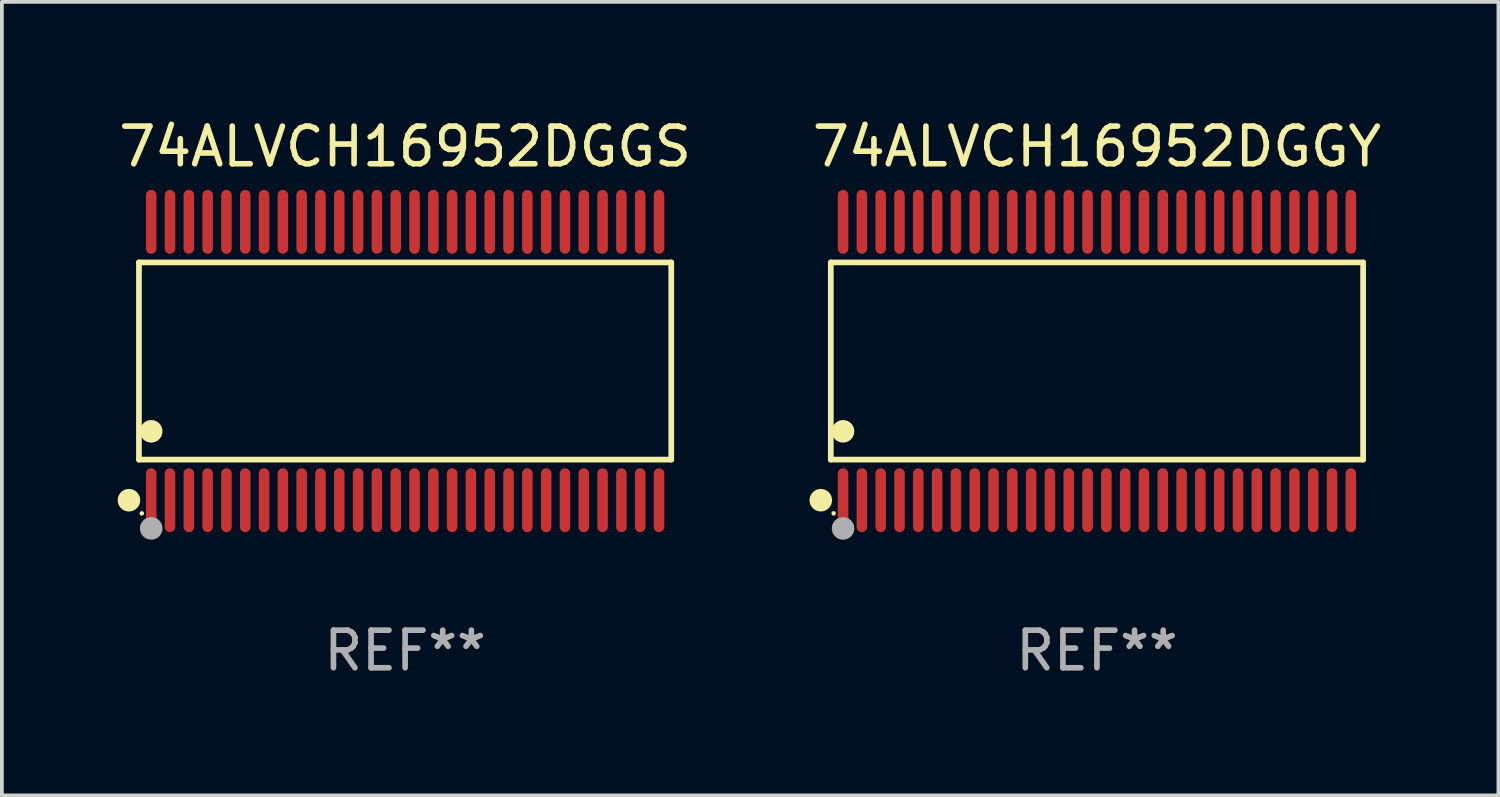
<source format=kicad_pcb>
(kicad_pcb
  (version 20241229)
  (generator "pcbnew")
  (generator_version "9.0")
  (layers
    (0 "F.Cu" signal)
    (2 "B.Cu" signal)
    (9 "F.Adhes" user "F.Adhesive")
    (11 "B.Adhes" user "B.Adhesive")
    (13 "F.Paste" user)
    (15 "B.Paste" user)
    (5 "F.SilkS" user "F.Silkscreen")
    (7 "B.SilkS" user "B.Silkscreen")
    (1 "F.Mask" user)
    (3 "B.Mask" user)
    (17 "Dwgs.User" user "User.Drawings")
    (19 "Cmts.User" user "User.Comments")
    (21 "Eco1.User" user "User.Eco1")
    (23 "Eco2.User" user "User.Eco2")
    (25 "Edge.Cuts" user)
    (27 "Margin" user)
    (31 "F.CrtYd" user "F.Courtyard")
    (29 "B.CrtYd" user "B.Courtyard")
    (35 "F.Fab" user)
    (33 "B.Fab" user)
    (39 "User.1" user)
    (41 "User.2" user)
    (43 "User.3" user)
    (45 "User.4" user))
  (footprint "74ALVCH16952DGGS"
    (layer "F.Cu")
    (at 7.72 6.548)
    (property "Reference" "74ALVCH16952DGGS" (at 0 -5.7 0) (layer "F.SilkS") (effects (font (size 1 1) (thickness 0.15))))
    (attr through_hole)
    (fp_line (start -7.076 -2.621) (end 7.076 -2.621) (stroke (width 0.152) (type solid)) (layer "F.SilkS"))
    (fp_line (start -7.076 2.621) (end -7.076 -2.621) (stroke (width 0.152) (type solid)) (layer "F.SilkS"))
    (fp_line (start 7.076 -2.621) (end 7.076 2.621) (stroke (width 0.152) (type solid)) (layer "F.SilkS"))
    (fp_line (start 7.076 2.621) (end -7.076 2.621) (stroke (width 0.152) (type solid)) (layer "F.SilkS"))
    (fp_circle (center -7.342 3.7) (end -7.192 3.7) (stroke (width 0.3) (type solid)) (fill no) (layer "F.SilkS"))
    (fp_circle (center -7 4.05) (end -6.97 4.05) (stroke (width 0.06) (type solid)) (fill no) (layer "F.SilkS"))
    (fp_circle (center -6.75 1.869) (end -6.6 1.869) (stroke (width 0.3) (type solid)) (fill no) (layer "F.SilkS"))
    (fp_circle (center -6.75 4.45) (end -6.6 4.45) (stroke (width 0.3) (type solid)) (fill no) (layer "F.Fab"))
    (fp_text user "REF**" (at 0 7.7 0) (layer "F.Fab") (effects (font (size 1 1) (thickness 0.15))))
    (pad "1" smd oval (at -6.75 3.7) (size 0.28 1.7) (layers "F.Cu" "F.Mask" "F.Paste"))
    (pad "2" smd oval (at -6.25 3.7) (size 0.28 1.7) (layers "F.Cu" "F.Mask" "F.Paste"))
    (pad "3" smd oval (at -5.75 3.7) (size 0.28 1.7) (layers "F.Cu" "F.Mask" "F.Paste"))
    (pad "4" smd oval (at -5.25 3.7) (size 0.28 1.7) (layers "F.Cu" "F.Mask" "F.Paste"))
    (pad "5" smd oval (at -4.75 3.7) (size 0.28 1.7) (layers "F.Cu" "F.Mask" "F.Paste"))
    (pad "6" smd oval (at -4.25 3.7) (size 0.28 1.7) (layers "F.Cu" "F.Mask" "F.Paste"))
    (pad "7" smd oval (at -3.75 3.7) (size 0.28 1.7) (layers "F.Cu" "F.Mask" "F.Paste"))
    (pad "8" smd oval (at -3.25 3.7) (size 0.28 1.7) (layers "F.Cu" "F.Mask" "F.Paste"))
    (pad "9" smd oval (at -2.75 3.7) (size 0.28 1.7) (layers "F.Cu" "F.Mask" "F.Paste"))
    (pad "10" smd oval (at -2.25 3.7) (size 0.28 1.7) (layers "F.Cu" "F.Mask" "F.Paste"))
    (pad "11" smd oval (at -1.75 3.7) (size 0.28 1.7) (layers "F.Cu" "F.Mask" "F.Paste"))
    (pad "12" smd oval (at -1.25 3.7) (size 0.28 1.7) (layers "F.Cu" "F.Mask" "F.Paste"))
    (pad "13" smd oval (at -0.75 3.7) (size 0.28 1.7) (layers "F.Cu" "F.Mask" "F.Paste"))
    (pad "14" smd oval (at -0.25 3.7) (size 0.28 1.7) (layers "F.Cu" "F.Mask" "F.Paste"))
    (pad "15" smd oval (at 0.25 3.7) (size 0.28 1.7) (layers "F.Cu" "F.Mask" "F.Paste"))
    (pad "16" smd oval (at 0.75 3.7) (size 0.28 1.7) (layers "F.Cu" "F.Mask" "F.Paste"))
    (pad "17" smd oval (at 1.25 3.7) (size 0.28 1.7) (layers "F.Cu" "F.Mask" "F.Paste"))
    (pad "18" smd oval (at 1.75 3.7) (size 0.28 1.7) (layers "F.Cu" "F.Mask" "F.Paste"))
    (pad "19" smd oval (at 2.25 3.7) (size 0.28 1.7) (layers "F.Cu" "F.Mask" "F.Paste"))
    (pad "20" smd oval (at 2.75 3.7) (size 0.28 1.7) (layers "F.Cu" "F.Mask" "F.Paste"))
    (pad "21" smd oval (at 3.25 3.7) (size 0.28 1.7) (layers "F.Cu" "F.Mask" "F.Paste"))
    (pad "22" smd oval (at 3.75 3.7) (size 0.28 1.7) (layers "F.Cu" "F.Mask" "F.Paste"))
    (pad "23" smd oval (at 4.25 3.7) (size 0.28 1.7) (layers "F.Cu" "F.Mask" "F.Paste"))
    (pad "24" smd oval (at 4.75 3.7) (size 0.28 1.7) (layers "F.Cu" "F.Mask" "F.Paste"))
    (pad "25" smd oval (at 5.25 3.7) (size 0.28 1.7) (layers "F.Cu" "F.Mask" "F.Paste"))
    (pad "26" smd oval (at 5.75 3.7) (size 0.28 1.7) (layers "F.Cu" "F.Mask" "F.Paste"))
    (pad "27" smd oval (at 6.25 3.7) (size 0.28 1.7) (layers "F.Cu" "F.Mask" "F.Paste"))
    (pad "28" smd oval (at 6.75 3.7) (size 0.28 1.7) (layers "F.Cu" "F.Mask" "F.Paste"))
    (pad "29" smd oval (at 6.75 -3.7) (size 0.28 1.7) (layers "F.Cu" "F.Mask" "F.Paste"))
    (pad "30" smd oval (at 6.25 -3.7) (size 0.28 1.7) (layers "F.Cu" "F.Mask" "F.Paste"))
    (pad "31" smd oval (at 5.75 -3.7) (size 0.28 1.7) (layers "F.Cu" "F.Mask" "F.Paste"))
    (pad "32" smd oval (at 5.25 -3.7) (size 0.28 1.7) (layers "F.Cu" "F.Mask" "F.Paste"))
    (pad "33" smd oval (at 4.75 -3.7) (size 0.28 1.7) (layers "F.Cu" "F.Mask" "F.Paste"))
    (pad "34" smd oval (at 4.25 -3.7) (size 0.28 1.7) (layers "F.Cu" "F.Mask" "F.Paste"))
    (pad "35" smd oval (at 3.75 -3.7) (size 0.28 1.7) (layers "F.Cu" "F.Mask" "F.Paste"))
    (pad "36" smd oval (at 3.25 -3.7) (size 0.28 1.7) (layers "F.Cu" "F.Mask" "F.Paste"))
    (pad "37" smd oval (at 2.75 -3.7) (size 0.28 1.7) (layers "F.Cu" "F.Mask" "F.Paste"))
    (pad "38" smd oval (at 2.25 -3.7) (size 0.28 1.7) (layers "F.Cu" "F.Mask" "F.Paste"))
    (pad "39" smd oval (at 1.75 -3.7) (size 0.28 1.7) (layers "F.Cu" "F.Mask" "F.Paste"))
    (pad "40" smd oval (at 1.25 -3.7) (size 0.28 1.7) (layers "F.Cu" "F.Mask" "F.Paste"))
    (pad "41" smd oval (at 0.75 -3.7) (size 0.28 1.7) (layers "F.Cu" "F.Mask" "F.Paste"))
    (pad "42" smd oval (at 0.25 -3.7) (size 0.28 1.7) (layers "F.Cu" "F.Mask" "F.Paste"))
    (pad "43" smd oval (at -0.25 -3.7) (size 0.28 1.7) (layers "F.Cu" "F.Mask" "F.Paste"))
    (pad "44" smd oval (at -0.75 -3.7) (size 0.28 1.7) (layers "F.Cu" "F.Mask" "F.Paste"))
    (pad "45" smd oval (at -1.25 -3.7) (size 0.28 1.7) (layers "F.Cu" "F.Mask" "F.Paste"))
    (pad "46" smd oval (at -1.75 -3.7) (size 0.28 1.7) (layers "F.Cu" "F.Mask" "F.Paste"))
    (pad "47" smd oval (at -2.25 -3.7) (size 0.28 1.7) (layers "F.Cu" "F.Mask" "F.Paste"))
    (pad "48" smd oval (at -2.75 -3.7) (size 0.28 1.7) (layers "F.Cu" "F.Mask" "F.Paste"))
    (pad "49" smd oval (at -3.25 -3.7) (size 0.28 1.7) (layers "F.Cu" "F.Mask" "F.Paste"))
    (pad "50" smd oval (at -3.75 -3.7) (size 0.28 1.7) (layers "F.Cu" "F.Mask" "F.Paste"))
    (pad "51" smd oval (at -4.25 -3.7) (size 0.28 1.7) (layers "F.Cu" "F.Mask" "F.Paste"))
    (pad "52" smd oval (at -4.75 -3.7) (size 0.28 1.7) (layers "F.Cu" "F.Mask" "F.Paste"))
    (pad "53" smd oval (at -5.25 -3.7) (size 0.28 1.7) (layers "F.Cu" "F.Mask" "F.Paste"))
    (pad "54" smd oval (at -5.75 -3.7) (size 0.28 1.7) (layers "F.Cu" "F.Mask" "F.Paste"))
    (pad "55" smd oval (at -6.25 -3.7) (size 0.28 1.7) (layers "F.Cu" "F.Mask" "F.Paste"))
    (pad "56" smd oval (at -6.75 -3.7) (size 0.28 1.7) (layers "F.Cu" "F.Mask" "F.Paste")))
  (footprint "74ALVCH16952DGGY"
    (layer "F.Cu")
    (at 26.113 6.548)
    (property "Reference" "74ALVCH16952DGGY" (at 0 -5.7 0) (layer "F.SilkS") (effects (font (size 1 1) (thickness 0.15))))
    (attr through_hole)
    (fp_line (start -7.076 -2.621) (end 7.076 -2.621) (stroke (width 0.152) (type solid)) (layer "F.SilkS"))
    (fp_line (start -7.076 2.621) (end -7.076 -2.621) (stroke (width 0.152) (type solid)) (layer "F.SilkS"))
    (fp_line (start 7.076 -2.621) (end 7.076 2.621) (stroke (width 0.152) (type solid)) (layer "F.SilkS"))
    (fp_line (start 7.076 2.621) (end -7.076 2.621) (stroke (width 0.152) (type solid)) (layer "F.SilkS"))
    (fp_circle (center -7.342 3.7) (end -7.192 3.7) (stroke (width 0.3) (type solid)) (fill no) (layer "F.SilkS"))
    (fp_circle (center -7 4.05) (end -6.97 4.05) (stroke (width 0.06) (type solid)) (fill no) (layer "F.SilkS"))
    (fp_circle (center -6.75 1.869) (end -6.6 1.869) (stroke (width 0.3) (type solid)) (fill no) (layer "F.SilkS"))
    (fp_circle (center -6.75 4.45) (end -6.6 4.45) (stroke (width 0.3) (type solid)) (fill no) (layer "F.Fab"))
    (fp_text user "REF**" (at 0 7.7 0) (layer "F.Fab") (effects (font (size 1 1) (thickness 0.15))))
    (pad "1" smd oval (at -6.75 3.7) (size 0.28 1.7) (layers "F.Cu" "F.Mask" "F.Paste"))
    (pad "2" smd oval (at -6.25 3.7) (size 0.28 1.7) (layers "F.Cu" "F.Mask" "F.Paste"))
    (pad "3" smd oval (at -5.75 3.7) (size 0.28 1.7) (layers "F.Cu" "F.Mask" "F.Paste"))
    (pad "4" smd oval (at -5.25 3.7) (size 0.28 1.7) (layers "F.Cu" "F.Mask" "F.Paste"))
    (pad "5" smd oval (at -4.75 3.7) (size 0.28 1.7) (layers "F.Cu" "F.Mask" "F.Paste"))
    (pad "6" smd oval (at -4.25 3.7) (size 0.28 1.7) (layers "F.Cu" "F.Mask" "F.Paste"))
    (pad "7" smd oval (at -3.75 3.7) (size 0.28 1.7) (layers "F.Cu" "F.Mask" "F.Paste"))
    (pad "8" smd oval (at -3.25 3.7) (size 0.28 1.7) (layers "F.Cu" "F.Mask" "F.Paste"))
    (pad "9" smd oval (at -2.75 3.7) (size 0.28 1.7) (layers "F.Cu" "F.Mask" "F.Paste"))
    (pad "10" smd oval (at -2.25 3.7) (size 0.28 1.7) (layers "F.Cu" "F.Mask" "F.Paste"))
    (pad "11" smd oval (at -1.75 3.7) (size 0.28 1.7) (layers "F.Cu" "F.Mask" "F.Paste"))
    (pad "12" smd oval (at -1.25 3.7) (size 0.28 1.7) (layers "F.Cu" "F.Mask" "F.Paste"))
    (pad "13" smd oval (at -0.75 3.7) (size 0.28 1.7) (layers "F.Cu" "F.Mask" "F.Paste"))
    (pad "14" smd oval (at -0.25 3.7) (size 0.28 1.7) (layers "F.Cu" "F.Mask" "F.Paste"))
    (pad "15" smd oval (at 0.25 3.7) (size 0.28 1.7) (layers "F.Cu" "F.Mask" "F.Paste"))
    (pad "16" smd oval (at 0.75 3.7) (size 0.28 1.7) (layers "F.Cu" "F.Mask" "F.Paste"))
    (pad "17" smd oval (at 1.25 3.7) (size 0.28 1.7) (layers "F.Cu" "F.Mask" "F.Paste"))
    (pad "18" smd oval (at 1.75 3.7) (size 0.28 1.7) (layers "F.Cu" "F.Mask" "F.Paste"))
    (pad "19" smd oval (at 2.25 3.7) (size 0.28 1.7) (layers "F.Cu" "F.Mask" "F.Paste"))
    (pad "20" smd oval (at 2.75 3.7) (size 0.28 1.7) (layers "F.Cu" "F.Mask" "F.Paste"))
    (pad "21" smd oval (at 3.25 3.7) (size 0.28 1.7) (layers "F.Cu" "F.Mask" "F.Paste"))
    (pad "22" smd oval (at 3.75 3.7) (size 0.28 1.7) (layers "F.Cu" "F.Mask" "F.Paste"))
    (pad "23" smd oval (at 4.25 3.7) (size 0.28 1.7) (layers "F.Cu" "F.Mask" "F.Paste"))
    (pad "24" smd oval (at 4.75 3.7) (size 0.28 1.7) (layers "F.Cu" "F.Mask" "F.Paste"))
    (pad "25" smd oval (at 5.25 3.7) (size 0.28 1.7) (layers "F.Cu" "F.Mask" "F.Paste"))
    (pad "26" smd oval (at 5.75 3.7) (size 0.28 1.7) (layers "F.Cu" "F.Mask" "F.Paste"))
    (pad "27" smd oval (at 6.25 3.7) (size 0.28 1.7) (layers "F.Cu" "F.Mask" "F.Paste"))
    (pad "28" smd oval (at 6.75 3.7) (size 0.28 1.7) (layers "F.Cu" "F.Mask" "F.Paste"))
    (pad "29" smd oval (at 6.75 -3.7) (size 0.28 1.7) (layers "F.Cu" "F.Mask" "F.Paste"))
    (pad "30" smd oval (at 6.25 -3.7) (size 0.28 1.7) (layers "F.Cu" "F.Mask" "F.Paste"))
    (pad "31" smd oval (at 5.75 -3.7) (size 0.28 1.7) (layers "F.Cu" "F.Mask" "F.Paste"))
    (pad "32" smd oval (at 5.25 -3.7) (size 0.28 1.7) (layers "F.Cu" "F.Mask" "F.Paste"))
    (pad "33" smd oval (at 4.75 -3.7) (size 0.28 1.7) (layers "F.Cu" "F.Mask" "F.Paste"))
    (pad "34" smd oval (at 4.25 -3.7) (size 0.28 1.7) (layers "F.Cu" "F.Mask" "F.Paste"))
    (pad "35" smd oval (at 3.75 -3.7) (size 0.28 1.7) (layers "F.Cu" "F.Mask" "F.Paste"))
    (pad "36" smd oval (at 3.25 -3.7) (size 0.28 1.7) (layers "F.Cu" "F.Mask" "F.Paste"))
    (pad "37" smd oval (at 2.75 -3.7) (size 0.28 1.7) (layers "F.Cu" "F.Mask" "F.Paste"))
    (pad "38" smd oval (at 2.25 -3.7) (size 0.28 1.7) (layers "F.Cu" "F.Mask" "F.Paste"))
    (pad "39" smd oval (at 1.75 -3.7) (size 0.28 1.7) (layers "F.Cu" "F.Mask" "F.Paste"))
    (pad "40" smd oval (at 1.25 -3.7) (size 0.28 1.7) (layers "F.Cu" "F.Mask" "F.Paste"))
    (pad "41" smd oval (at 0.75 -3.7) (size 0.28 1.7) (layers "F.Cu" "F.Mask" "F.Paste"))
    (pad "42" smd oval (at 0.25 -3.7) (size 0.28 1.7) (layers "F.Cu" "F.Mask" "F.Paste"))
    (pad "43" smd oval (at -0.25 -3.7) (size 0.28 1.7) (layers "F.Cu" "F.Mask" "F.Paste"))
    (pad "44" smd oval (at -0.75 -3.7) (size 0.28 1.7) (layers "F.Cu" "F.Mask" "F.Paste"))
    (pad "45" smd oval (at -1.25 -3.7) (size 0.28 1.7) (layers "F.Cu" "F.Mask" "F.Paste"))
    (pad "46" smd oval (at -1.75 -3.7) (size 0.28 1.7) (layers "F.Cu" "F.Mask" "F.Paste"))
    (pad "47" smd oval (at -2.25 -3.7) (size 0.28 1.7) (layers "F.Cu" "F.Mask" "F.Paste"))
    (pad "48" smd oval (at -2.75 -3.7) (size 0.28 1.7) (layers "F.Cu" "F.Mask" "F.Paste"))
    (pad "49" smd oval (at -3.25 -3.7) (size 0.28 1.7) (layers "F.Cu" "F.Mask" "F.Paste"))
    (pad "50" smd oval (at -3.75 -3.7) (size 0.28 1.7) (layers "F.Cu" "F.Mask" "F.Paste"))
    (pad "51" smd oval (at -4.25 -3.7) (size 0.28 1.7) (layers "F.Cu" "F.Mask" "F.Paste"))
    (pad "52" smd oval (at -4.75 -3.7) (size 0.28 1.7) (layers "F.Cu" "F.Mask" "F.Paste"))
    (pad "53" smd oval (at -5.25 -3.7) (size 0.28 1.7) (layers "F.Cu" "F.Mask" "F.Paste"))
    (pad "54" smd oval (at -5.75 -3.7) (size 0.28 1.7) (layers "F.Cu" "F.Mask" "F.Paste"))
    (pad "55" smd oval (at -6.25 -3.7) (size 0.28 1.7) (layers "F.Cu" "F.Mask" "F.Paste"))
    (pad "56" smd oval (at -6.75 -3.7) (size 0.28 1.7) (layers "F.Cu" "F.Mask" "F.Paste")))
  (gr_rect
    (start -3 -3)
    (end 36.786 18.097)
    (stroke (width 0.1) (type default))
    (fill no)
    (layer "Edge.Cuts")))
</source>
